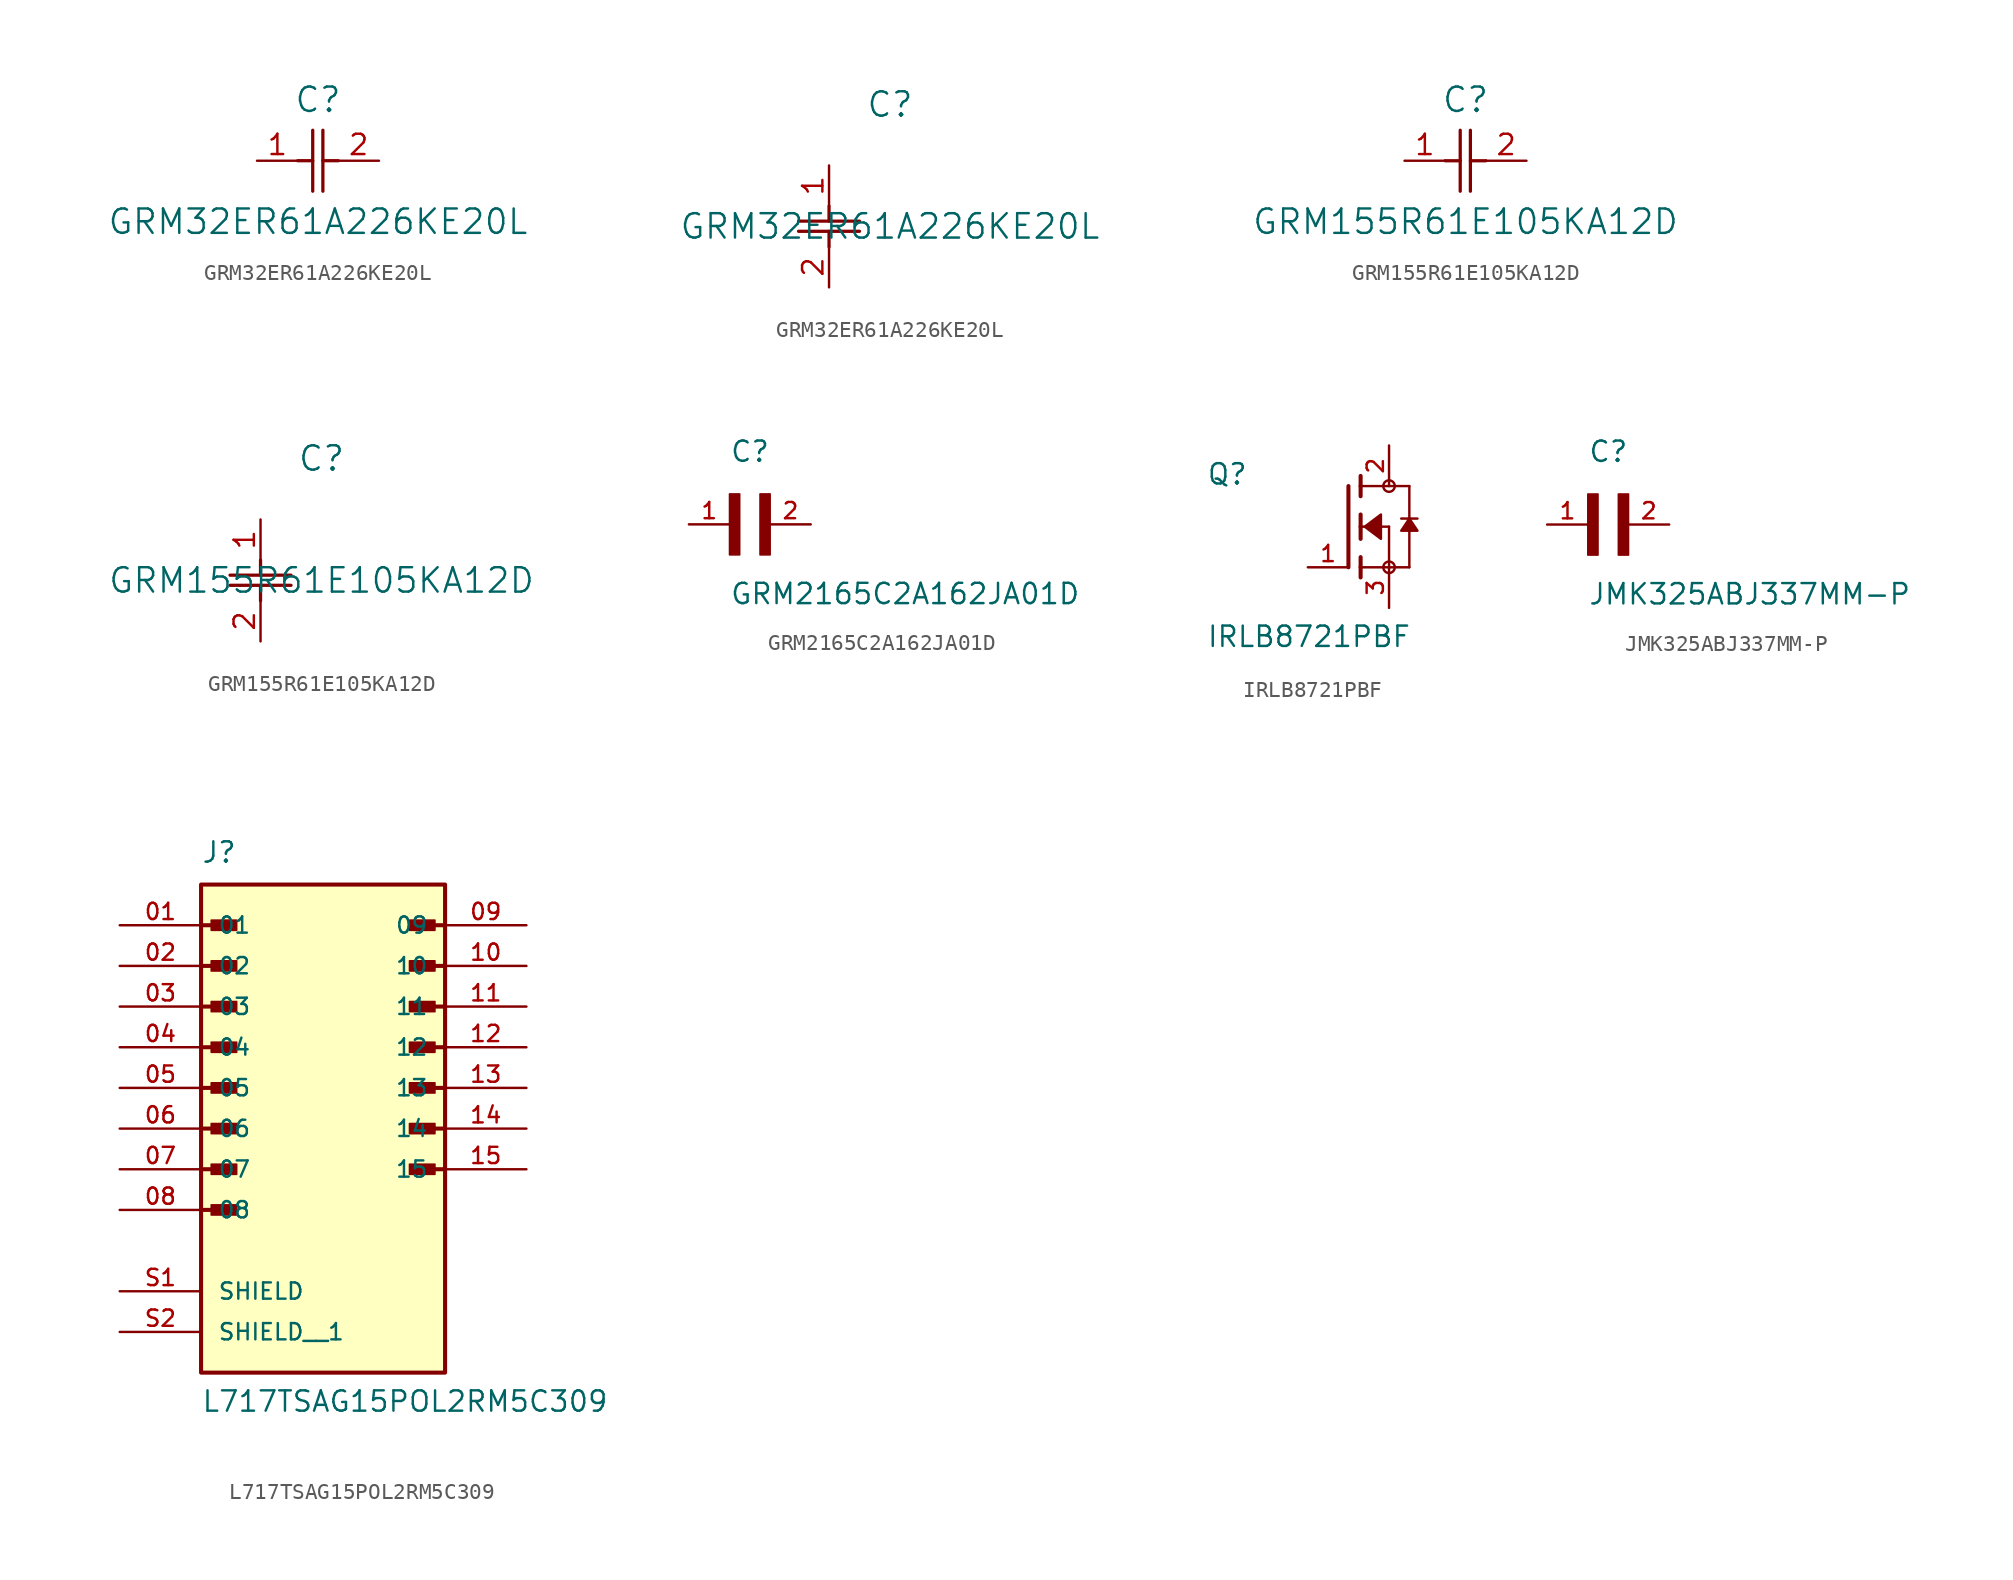
<source format=kicad_sym>
(kicad_symbol_lib
  (version 20211014)
  (generator kicad_symbol_editor)
  (symbol "GRM32ER61A226KE20L"
    (pin_names
      (offset 0.254))
    (property "Reference" "C"
      (at 3.81 3.81 0)
      (effects (font (size 1.524 1.524))))
    (property "Value" "GRM32ER61A226KE20L"
      (at 3.81 -3.81 0)
      (effects (font (size 1.524 1.524))))
    (symbol "GRM32ER61A226KE20L_1_1"
      (polyline (pts (xy 3.48 -1.905) (xy 3.48 1.905)) (stroke (width 0.203) (type default) (color 0 0 0 0)) (fill (type none)))
      (polyline (pts (xy 4.115 -1.905) (xy 4.115 1.905)) (stroke (width 0.203) (type default) (color 0 0 0 0)) (fill (type none)))
      (polyline (pts (xy 4.115 0) (xy 5.08 0)) (stroke (width 0.203) (type default) (color 0 0 0 0)) (fill (type none)))
      (polyline (pts (xy 2.54 0) (xy 3.48 0)) (stroke (width 0.203) (type default) (color 0 0 0 0)) (fill (type none)))
      (pin unspecified line (at 0 0 0) (length 2.54) (name "" (effects (font (size 1.27 1.27)))) (number "1" (effects (font (size 1.27 1.27)))))
      (pin unspecified line (at 7.62 0 180) (length 2.54) (name "" (effects (font (size 1.27 1.27)))) (number "2" (effects (font (size 1.27 1.27))))))
    (symbol "GRM32ER61A226KE20L_1_2"
      (polyline (pts (xy -1.905 -3.48) (xy 1.905 -3.48)) (stroke (width 0.203) (type default) (color 0 0 0 0)) (fill (type none)))
      (polyline (pts (xy -1.905 -4.115) (xy 1.905 -4.115)) (stroke (width 0.203) (type default) (color 0 0 0 0)) (fill (type none)))
      (polyline (pts (xy 0 -4.115) (xy 0 -5.08)) (stroke (width 0.203) (type default) (color 0 0 0 0)) (fill (type none)))
      (polyline (pts (xy 0 -2.54) (xy 0 -3.48)) (stroke (width 0.203) (type default) (color 0 0 0 0)) (fill (type none)))
      (pin unspecified line (at 0 0 270) (length 2.54) (name "" (effects (font (size 1.27 1.27)))) (number "1" (effects (font (size 1.27 1.27)))))
      (pin unspecified line (at 0 -7.62 90) (length 2.54) (name "" (effects (font (size 1.27 1.27)))) (number "2" (effects (font (size 1.27 1.27)))))))
  (symbol "GRM155R61E105KA12D"
    (pin_names
      (offset 0.254))
    (property "Reference" "C"
      (at 3.81 3.81 0)
      (effects (font (size 1.524 1.524))))
    (property "Value" "GRM155R61E105KA12D"
      (at 3.81 -3.81 0)
      (effects (font (size 1.524 1.524))))
    (symbol "GRM155R61E105KA12D_1_1"
      (polyline (pts (xy 3.48 -1.905) (xy 3.48 1.905)) (stroke (width 0.203) (type default) (color 0 0 0 0)) (fill (type none)))
      (polyline (pts (xy 4.115 -1.905) (xy 4.115 1.905)) (stroke (width 0.203) (type default) (color 0 0 0 0)) (fill (type none)))
      (polyline (pts (xy 4.115 0) (xy 5.08 0)) (stroke (width 0.203) (type default) (color 0 0 0 0)) (fill (type none)))
      (polyline (pts (xy 2.54 0) (xy 3.48 0)) (stroke (width 0.203) (type default) (color 0 0 0 0)) (fill (type none)))
      (pin unspecified line (at 0 0 0) (length 2.54) (name "" (effects (font (size 1.27 1.27)))) (number "1" (effects (font (size 1.27 1.27)))))
      (pin unspecified line (at 7.62 0 180) (length 2.54) (name "" (effects (font (size 1.27 1.27)))) (number "2" (effects (font (size 1.27 1.27))))))
    (symbol "GRM155R61E105KA12D_1_2"
      (polyline (pts (xy -1.905 -3.48) (xy 1.905 -3.48)) (stroke (width 0.203) (type default) (color 0 0 0 0)) (fill (type none)))
      (polyline (pts (xy -1.905 -4.115) (xy 1.905 -4.115)) (stroke (width 0.203) (type default) (color 0 0 0 0)) (fill (type none)))
      (polyline (pts (xy 0 -4.115) (xy 0 -5.08)) (stroke (width 0.203) (type default) (color 0 0 0 0)) (fill (type none)))
      (polyline (pts (xy 0 -2.54) (xy 0 -3.48)) (stroke (width 0.203) (type default) (color 0 0 0 0)) (fill (type none)))
      (pin unspecified line (at 0 0 270) (length 2.54) (name "" (effects (font (size 1.27 1.27)))) (number "1" (effects (font (size 1.27 1.27)))))
      (pin unspecified line (at 0 -7.62 90) (length 2.54) (name "" (effects (font (size 1.27 1.27)))) (number "2" (effects (font (size 1.27 1.27)))))))
  (symbol "GRM2165C2A162JA01D"
    (pin_names
      (offset 1.016))
    (property "Reference" "C"
      (at 0.0 3.811 0)
      (effects (font (size 1.27 1.27)) (justify bottom left)))
    (property "Value" "GRM2165C2A162JA01D"
      (at 0.0 -5.088 0)
      (effects (font (size 1.27 1.27)) (justify bottom left)))
    (symbol "GRM2165C2A162JA01D_0_0"
      (rectangle (start 0.0 -1.907) (end 0.635 1.905) (stroke (width 0.1)) (fill (type outline)))
      (rectangle (start 1.907 -1.907) (end 2.54 1.905) (stroke (width 0.1)) (fill (type outline)))
      (pin passive line (at 5.08 0.0 180.0) (length 2.54) (name "~" (effects (font (size 1.016 1.016)))) (number "2" (effects (font (size 1.016 1.016)))))
      (pin passive line (at -2.54 0.0 0) (length 2.54) (name "~" (effects (font (size 1.016 1.016)))) (number "1" (effects (font (size 1.016 1.016)))))))
  (symbol "IRLB8721PBF"
    (pin_names
      (offset 1.016))
    (property "Reference" "Q"
      (at -8.89 2.54 0)
      (effects (font (size 1.27 1.27)) (justify bottom left)))
    (property "Value" "IRLB8721PBF"
      (at -8.89 -7.62 0)
      (effects (font (size 1.27 1.27)) (justify bottom left)))
    (symbol "IRLB8721PBF_0_0"
      (polyline (pts (xy 0.762 0.762) (xy 0.762 0.0)) (stroke (width 0.254)))
      (polyline (pts (xy 0.762 0.0) (xy 0.762 -0.762)) (stroke (width 0.254)))
      (polyline (pts (xy 0.762 3.175) (xy 0.762 2.54)) (stroke (width 0.254)))
      (polyline (pts (xy 0.762 2.54) (xy 0.762 1.905)) (stroke (width 0.254)))
      (polyline (pts (xy 0.762 0.0) (xy 2.54 0.0)) (stroke (width 0.152)))
      (polyline (pts (xy 2.54 0.0) (xy 2.54 -2.54)) (stroke (width 0.152)))
      (polyline (pts (xy 0.762 -1.905) (xy 0.762 -2.54)) (stroke (width 0.254)))
      (polyline (pts (xy 0.762 -2.54) (xy 0.762 -3.175)) (stroke (width 0.254)))
      (polyline (pts (xy 0.0 2.54) (xy 0.0 -2.54)) (stroke (width 0.254)))
      (polyline (pts (xy 2.54 -2.54) (xy 0.762 -2.54)) (stroke (width 0.152)))
      (polyline (pts (xy 3.81 2.54) (xy 3.81 0.508)) (stroke (width 0.152)))
      (polyline (pts (xy 3.81 0.508) (xy 3.81 -2.54)) (stroke (width 0.152)))
      (polyline (pts (xy 2.54 -2.54) (xy 3.81 -2.54)) (stroke (width 0.152)))
      (polyline (pts (xy 0.762 2.54) (xy 3.81 2.54)) (stroke (width 0.152)))
      (polyline (pts (xy 4.318 0.508) (xy 3.81 0.508)) (stroke (width 0.152)))
      (polyline (pts (xy 3.81 0.508) (xy 3.302 0.508)) (stroke (width 0.152)))
      (circle (center 2.54 -2.54) (radius 0.359) (stroke (width 0.0)) (fill (type none)))
      (circle (center 2.54 2.54) (radius 0.359) (stroke (width 0.0)) (fill (type none)))
      (polyline (pts (xy 3.81 0.508) (xy 3.302 -0.254) (xy 4.318 -0.254) (xy 3.81 0.508)) (stroke (width 0.152)) (fill (type outline)))
      (polyline (pts (xy 1.016 0.0) (xy 2.032 0.762) (xy 2.032 -0.762) (xy 1.016 0.0)) (stroke (width 0.152)) (fill (type outline)))
      (pin passive line (at 2.54 -5.08 90.0) (length 2.54) (name "~" (effects (font (size 1.016 1.016)))) (number "3" (effects (font (size 1.016 1.016)))))
      (pin passive line (at -2.54 -2.54 0) (length 2.54) (name "~" (effects (font (size 1.016 1.016)))) (number "1" (effects (font (size 1.016 1.016)))))
      (pin passive line (at 2.54 5.08 270.0) (length 2.54) (name "~" (effects (font (size 1.016 1.016)))) (number "2" (effects (font (size 1.016 1.016)))))))
  (symbol "JMK325ABJ337MM-P"
    (pin_names
      (offset 1.016))
    (property "Reference" "C"
      (at 0.0 3.811 0)
      (effects (font (size 1.27 1.27)) (justify bottom left)))
    (property "Value" "JMK325ABJ337MM-P"
      (at 0.0 -5.088 0)
      (effects (font (size 1.27 1.27)) (justify bottom left)))
    (symbol "JMK325ABJ337MM-P_0_0"
      (rectangle (start 0.0 -1.907) (end 0.635 1.905) (stroke (width 0.1)) (fill (type outline)))
      (rectangle (start 1.907 -1.907) (end 2.54 1.905) (stroke (width 0.1)) (fill (type outline)))
      (pin passive line (at 5.08 0.0 180.0) (length 2.54) (name "~" (effects (font (size 1.016 1.016)))) (number "2" (effects (font (size 1.016 1.016)))))
      (pin passive line (at -2.54 0.0 0) (length 2.54) (name "~" (effects (font (size 1.016 1.016)))) (number "1" (effects (font (size 1.016 1.016)))))))
  (symbol "L717TSAG15POL2RM5C309"
    (pin_names
      (offset 1.016))
    (property "Reference" "J"
      (at -7.62 13.97 0)
      (effects (font (size 1.27 1.27)) (justify bottom left)))
    (property "Value" "L717TSAG15POL2RM5C309"
      (at -7.62 -20.32 0)
      (effects (font (size 1.27 1.27)) (justify bottom left)))
    (symbol "L717TSAG15POL2RM5C309_0_0"
      (polyline (pts (xy -7.62 10.16) (xy -5.715 10.16)) (stroke (width 0.254)))
      (rectangle (start -6.985 9.842) (end -5.397 10.477) (stroke (width 0.1)) (fill (type outline)))
      (polyline (pts (xy -7.62 7.62) (xy -5.715 7.62)) (stroke (width 0.254)))
      (rectangle (start -6.985 7.303) (end -5.397 7.938) (stroke (width 0.1)) (fill (type outline)))
      (polyline (pts (xy -7.62 5.08) (xy -5.715 5.08)) (stroke (width 0.254)))
      (rectangle (start -6.985 4.763) (end -5.397 5.397) (stroke (width 0.1)) (fill (type outline)))
      (polyline (pts (xy -7.62 2.54) (xy -5.715 2.54)) (stroke (width 0.254)))
      (rectangle (start -6.985 2.223) (end -5.397 2.857) (stroke (width 0.1)) (fill (type outline)))
      (polyline (pts (xy -7.62 0.0) (xy -5.715 0.0)) (stroke (width 0.254)))
      (rectangle (start -6.985 -0.318) (end -5.397 0.318) (stroke (width 0.1)) (fill (type outline)))
      (polyline (pts (xy -7.62 -2.54) (xy -5.715 -2.54)) (stroke (width 0.254)))
      (rectangle (start -6.985 -2.857) (end -5.397 -2.223) (stroke (width 0.1)) (fill (type outline)))
      (polyline (pts (xy -7.62 -5.08) (xy -5.715 -5.08)) (stroke (width 0.254)))
      (rectangle (start -6.985 -5.397) (end -5.397 -4.763) (stroke (width 0.1)) (fill (type outline)))
      (polyline (pts (xy -7.62 -7.62) (xy -5.715 -7.62)) (stroke (width 0.254)))
      (rectangle (start -6.985 -7.938) (end -5.397 -7.303) (stroke (width 0.1)) (fill (type outline)))
      (polyline (pts (xy 7.62 -5.08) (xy 5.715 -5.08)) (stroke (width 0.254)))
      (rectangle (start 5.397 -5.397) (end 6.985 -4.763) (stroke (width 0.1)) (fill (type outline)))
      (polyline (pts (xy 7.62 -2.54) (xy 5.715 -2.54)) (stroke (width 0.254)))
      (rectangle (start 5.397 -2.857) (end 6.985 -2.223) (stroke (width 0.1)) (fill (type outline)))
      (polyline (pts (xy 7.62 0.0) (xy 5.715 0.0)) (stroke (width 0.254)))
      (rectangle (start 5.397 -0.318) (end 6.985 0.318) (stroke (width 0.1)) (fill (type outline)))
      (polyline (pts (xy 7.62 2.54) (xy 5.715 2.54)) (stroke (width 0.254)))
      (rectangle (start 5.397 2.223) (end 6.985 2.857) (stroke (width 0.1)) (fill (type outline)))
      (polyline (pts (xy 7.62 5.08) (xy 5.715 5.08)) (stroke (width 0.254)))
      (rectangle (start 5.397 4.763) (end 6.985 5.397) (stroke (width 0.1)) (fill (type outline)))
      (polyline (pts (xy 7.62 7.62) (xy 5.715 7.62)) (stroke (width 0.254)))
      (rectangle (start 5.397 7.303) (end 6.985 7.938) (stroke (width 0.1)) (fill (type outline)))
      (polyline (pts (xy 7.62 10.16) (xy 5.715 10.16)) (stroke (width 0.254)))
      (rectangle (start 5.397 9.842) (end 6.985 10.477) (stroke (width 0.1)) (fill (type outline)))
      (rectangle (start -7.62 -17.78) (end 7.62 12.7) (stroke (width 0.254)) (fill (type background)))
      (pin passive line (at -12.7 10.16 0) (length 5.08) (name "01" (effects (font (size 1.016 1.016)))) (number "01" (effects (font (size 1.016 1.016)))))
      (pin passive line (at -12.7 7.62 0) (length 5.08) (name "02" (effects (font (size 1.016 1.016)))) (number "02" (effects (font (size 1.016 1.016)))))
      (pin passive line (at -12.7 5.08 0) (length 5.08) (name "03" (effects (font (size 1.016 1.016)))) (number "03" (effects (font (size 1.016 1.016)))))
      (pin passive line (at -12.7 2.54 0) (length 5.08) (name "04" (effects (font (size 1.016 1.016)))) (number "04" (effects (font (size 1.016 1.016)))))
      (pin passive line (at -12.7 0.0 0) (length 5.08) (name "05" (effects (font (size 1.016 1.016)))) (number "05" (effects (font (size 1.016 1.016)))))
      (pin passive line (at -12.7 -2.54 0) (length 5.08) (name "06" (effects (font (size 1.016 1.016)))) (number "06" (effects (font (size 1.016 1.016)))))
      (pin passive line (at -12.7 -5.08 0) (length 5.08) (name "07" (effects (font (size 1.016 1.016)))) (number "07" (effects (font (size 1.016 1.016)))))
      (pin passive line (at -12.7 -7.62 0) (length 5.08) (name "08" (effects (font (size 1.016 1.016)))) (number "08" (effects (font (size 1.016 1.016)))))
      (pin passive line (at 12.7 10.16 180.0) (length 5.08) (name "09" (effects (font (size 1.016 1.016)))) (number "09" (effects (font (size 1.016 1.016)))))
      (pin passive line (at 12.7 7.62 180.0) (length 5.08) (name "10" (effects (font (size 1.016 1.016)))) (number "10" (effects (font (size 1.016 1.016)))))
      (pin passive line (at 12.7 5.08 180.0) (length 5.08) (name "11" (effects (font (size 1.016 1.016)))) (number "11" (effects (font (size 1.016 1.016)))))
      (pin passive line (at 12.7 2.54 180.0) (length 5.08) (name "12" (effects (font (size 1.016 1.016)))) (number "12" (effects (font (size 1.016 1.016)))))
      (pin passive line (at 12.7 0.0 180.0) (length 5.08) (name "13" (effects (font (size 1.016 1.016)))) (number "13" (effects (font (size 1.016 1.016)))))
      (pin passive line (at 12.7 -2.54 180.0) (length 5.08) (name "14" (effects (font (size 1.016 1.016)))) (number "14" (effects (font (size 1.016 1.016)))))
      (pin passive line (at 12.7 -5.08 180.0) (length 5.08) (name "15" (effects (font (size 1.016 1.016)))) (number "15" (effects (font (size 1.016 1.016)))))
      (pin passive line (at -12.7 -12.7 0) (length 5.08) (name "SHIELD" (effects (font (size 1.016 1.016)))) (number "S1" (effects (font (size 1.016 1.016)))))
      (pin passive line (at -12.7 -15.24 0) (length 5.08) (name "SHIELD__1" (effects (font (size 1.016 1.016)))) (number "S2" (effects (font (size 1.016 1.016))))))))
</source>
